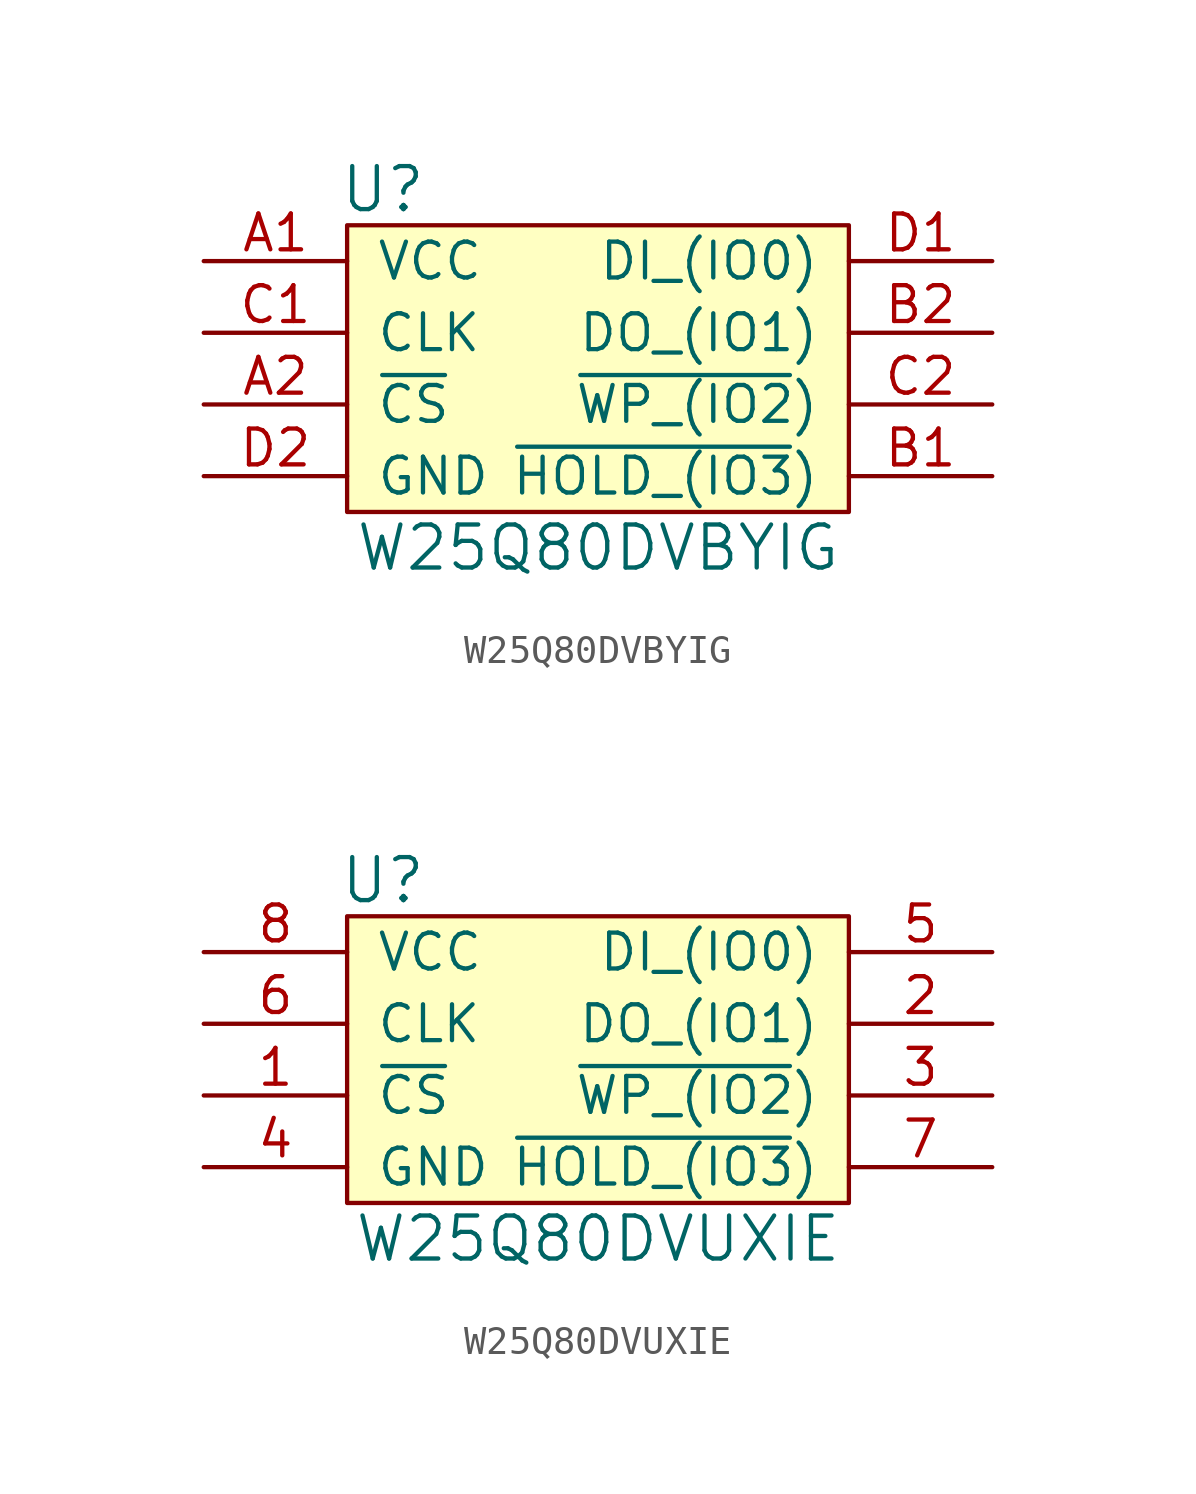
<source format=kicad_sym>
(kicad_symbol_lib
  (version 20241209)
  (generator "kicad_symbol_editor")
  (generator_version "9.0")
  (symbol "W25Q80DVBYIG"
    (pin_names
      (offset 1.016))
    (property "Reference" "U"
      (at -7.62 6.35 0)
      (effects (font (size 1.524 1.524))))
    (property "Value" "W25Q80DVBYIG"
      (at 0 -6.35 0)
      (effects (font (size 1.524 1.524))))
    (symbol "W25Q80DVBYIG_0_1"
      (rectangle (start -8.89 5.08) (end 8.89 -5.08) (stroke (width 0) (type solid)) (fill (type background))))
    (symbol "W25Q80DVBYIG_1_1"
      (pin power_in line (at -13.97 3.81 0) (length 5.08) (name "VCC" (effects (font (size 1.27 1.27)))) (number "A1" (effects (font (size 1.27 1.27)))))
      (pin input line (at -13.97 1.27 0) (length 5.08) (name "CLK" (effects (font (size 1.27 1.27)))) (number "C1" (effects (font (size 1.27 1.27)))))
      (pin input line (at -13.97 -1.27 0) (length 5.08) (name "~{CS}" (effects (font (size 1.27 1.27)))) (number "A2" (effects (font (size 1.27 1.27)))))
      (pin power_in line (at -13.97 -3.81 0) (length 5.08) (name "GND" (effects (font (size 1.27 1.27)))) (number "D2" (effects (font (size 1.27 1.27)))))
      (pin bidirectional line (at 13.97 3.81 180) (length 5.08) (name "DI_(IO0)" (effects (font (size 1.27 1.27)))) (number "D1" (effects (font (size 1.27 1.27)))))
      (pin bidirectional line (at 13.97 1.27 180) (length 5.08) (name "DO_(IO1)" (effects (font (size 1.27 1.27)))) (number "B2" (effects (font (size 1.27 1.27)))))
      (pin bidirectional line (at 13.97 -1.27 180) (length 5.08) (name "~{WP_(IO2})" (effects (font (size 1.27 1.27)))) (number "C2" (effects (font (size 1.27 1.27)))))
      (pin bidirectional line (at 13.97 -3.81 180) (length 5.08) (name "~{HOLD_(IO3})" (effects (font (size 1.27 1.27)))) (number "B1" (effects (font (size 1.27 1.27)))))))
  (symbol "W25Q80DVUXIE"
    (pin_names
      (offset 1.016))
    (property "Reference" "U"
      (at -7.62 6.35 0)
      (effects (font (size 1.524 1.524))))
    (property "Value" "W25Q80DVUXIE"
      (at 0 -6.35 0)
      (effects (font (size 1.524 1.524))))
    (symbol "W25Q80DVUXIE_0_1"
      (rectangle (start -8.89 5.08) (end 8.89 -5.08) (stroke (width 0) (type solid)) (fill (type background))))
    (symbol "W25Q80DVUXIE_1_1"
      (pin power_in line (at -13.97 3.81 0) (length 5.08) (name "VCC" (effects (font (size 1.27 1.27)))) (number "8" (effects (font (size 1.27 1.27)))))
      (pin input line (at -13.97 1.27 0) (length 5.08) (name "CLK" (effects (font (size 1.27 1.27)))) (number "6" (effects (font (size 1.27 1.27)))))
      (pin input line (at -13.97 -1.27 0) (length 5.08) (name "~{CS}" (effects (font (size 1.27 1.27)))) (number "1" (effects (font (size 1.27 1.27)))))
      (pin power_in line (at -13.97 -3.81 0) (length 5.08) (name "GND" (effects (font (size 1.27 1.27)))) (number "4" (effects (font (size 1.27 1.27)))))
      (pin bidirectional line (at 13.97 3.81 180) (length 5.08) (name "DI_(IO0)" (effects (font (size 1.27 1.27)))) (number "5" (effects (font (size 1.27 1.27)))))
      (pin bidirectional line (at 13.97 1.27 180) (length 5.08) (name "DO_(IO1)" (effects (font (size 1.27 1.27)))) (number "2" (effects (font (size 1.27 1.27)))))
      (pin bidirectional line (at 13.97 -1.27 180) (length 5.08) (name "~{WP_(IO2})" (effects (font (size 1.27 1.27)))) (number "3" (effects (font (size 1.27 1.27)))))
      (pin bidirectional line (at 13.97 -3.81 180) (length 5.08) (name "~{HOLD_(IO3})" (effects (font (size 1.27 1.27)))) (number "7" (effects (font (size 1.27 1.27))))))))
</source>
